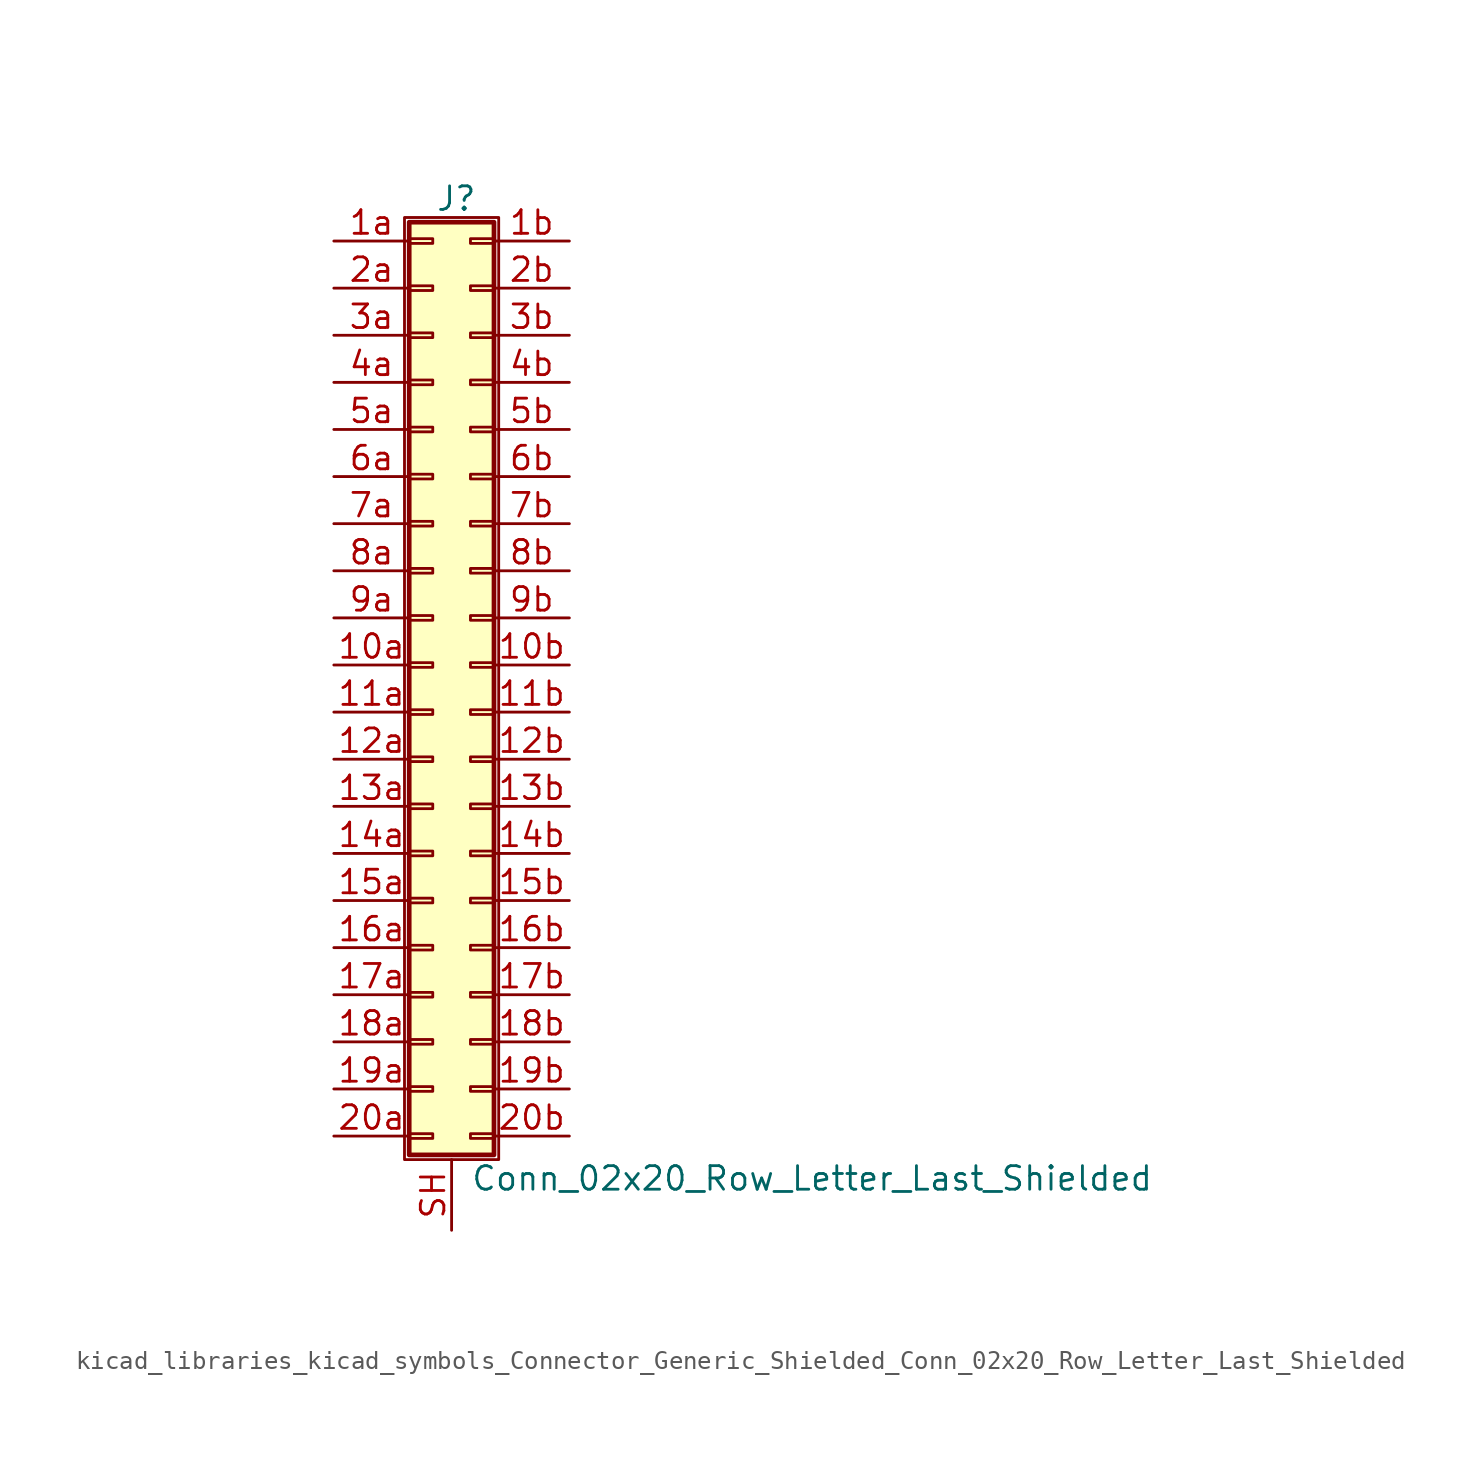
<source format=kicad_sym>
(kicad_symbol_lib
  (version 20220914)
  (generator kicad_symbol_editor)
  (symbol "kicad_libraries_kicad_symbols_Connector_Generic_Shielded_Conn_02x20_Row_Letter_Last_Shielded"
    (pin_names
      (offset 1.016) hide)
    (property "Reference" "J"
      (at 1.524 25.146 0)
      (effects (font (size 1.27 1.27))))
    (property "Value" "Conn_02x20_Row_Letter_Last_Shielded"
      (at 2.286 -27.686 0)
      (effects (font (size 1.27 1.27)) (justify left)))
    (symbol "kicad_libraries_kicad_symbols_Connector_Generic_Shielded_Conn_02x20_Row_Letter_Last_Shielded_1_1"
      (rectangle (start -1.27 24.13) (end 3.81 -26.67) (stroke (width 0.152) (type default)) (fill (type none)))
      (rectangle (start -1.016 -25.273) (end 0.254 -25.527) (stroke (width 0.152) (type default)) (fill (type none)))
      (rectangle (start -1.016 -22.733) (end 0.254 -22.987) (stroke (width 0.152) (type default)) (fill (type none)))
      (rectangle (start -1.016 -20.193) (end 0.254 -20.447) (stroke (width 0.152) (type default)) (fill (type none)))
      (rectangle (start -1.016 -17.653) (end 0.254 -17.907) (stroke (width 0.152) (type default)) (fill (type none)))
      (rectangle (start -1.016 -15.113) (end 0.254 -15.367) (stroke (width 0.152) (type default)) (fill (type none)))
      (rectangle (start -1.016 -12.573) (end 0.254 -12.827) (stroke (width 0.152) (type default)) (fill (type none)))
      (rectangle (start -1.016 -10.033) (end 0.254 -10.287) (stroke (width 0.152) (type default)) (fill (type none)))
      (rectangle (start -1.016 -7.493) (end 0.254 -7.747) (stroke (width 0.152) (type default)) (fill (type none)))
      (rectangle (start -1.016 -4.953) (end 0.254 -5.207) (stroke (width 0.152) (type default)) (fill (type none)))
      (rectangle (start -1.016 -2.413) (end 0.254 -2.667) (stroke (width 0.152) (type default)) (fill (type none)))
      (rectangle (start -1.016 0.127) (end 0.254 -0.127) (stroke (width 0.152) (type default)) (fill (type none)))
      (rectangle (start -1.016 2.667) (end 0.254 2.413) (stroke (width 0.152) (type default)) (fill (type none)))
      (rectangle (start -1.016 5.207) (end 0.254 4.953) (stroke (width 0.152) (type default)) (fill (type none)))
      (rectangle (start -1.016 7.747) (end 0.254 7.493) (stroke (width 0.152) (type default)) (fill (type none)))
      (rectangle (start -1.016 10.287) (end 0.254 10.033) (stroke (width 0.152) (type default)) (fill (type none)))
      (rectangle (start -1.016 12.827) (end 0.254 12.573) (stroke (width 0.152) (type default)) (fill (type none)))
      (rectangle (start -1.016 15.367) (end 0.254 15.113) (stroke (width 0.152) (type default)) (fill (type none)))
      (rectangle (start -1.016 17.907) (end 0.254 17.653) (stroke (width 0.152) (type default)) (fill (type none)))
      (rectangle (start -1.016 20.447) (end 0.254 20.193) (stroke (width 0.152) (type default)) (fill (type none)))
      (rectangle (start -1.016 22.987) (end 0.254 22.733) (stroke (width 0.152) (type default)) (fill (type none)))
      (rectangle (start -1.016 23.876) (end 3.556 -26.416) (stroke (width 0.254) (type default)) (fill (type background)))
      (rectangle (start 3.556 -25.273) (end 2.286 -25.527) (stroke (width 0.152) (type default)) (fill (type none)))
      (rectangle (start 3.556 -22.733) (end 2.286 -22.987) (stroke (width 0.152) (type default)) (fill (type none)))
      (rectangle (start 3.556 -20.193) (end 2.286 -20.447) (stroke (width 0.152) (type default)) (fill (type none)))
      (rectangle (start 3.556 -17.653) (end 2.286 -17.907) (stroke (width 0.152) (type default)) (fill (type none)))
      (rectangle (start 3.556 -15.113) (end 2.286 -15.367) (stroke (width 0.152) (type default)) (fill (type none)))
      (rectangle (start 3.556 -12.573) (end 2.286 -12.827) (stroke (width 0.152) (type default)) (fill (type none)))
      (rectangle (start 3.556 -10.033) (end 2.286 -10.287) (stroke (width 0.152) (type default)) (fill (type none)))
      (rectangle (start 3.556 -7.493) (end 2.286 -7.747) (stroke (width 0.152) (type default)) (fill (type none)))
      (rectangle (start 3.556 -4.953) (end 2.286 -5.207) (stroke (width 0.152) (type default)) (fill (type none)))
      (rectangle (start 3.556 -2.413) (end 2.286 -2.667) (stroke (width 0.152) (type default)) (fill (type none)))
      (rectangle (start 3.556 0.127) (end 2.286 -0.127) (stroke (width 0.152) (type default)) (fill (type none)))
      (rectangle (start 3.556 2.667) (end 2.286 2.413) (stroke (width 0.152) (type default)) (fill (type none)))
      (rectangle (start 3.556 5.207) (end 2.286 4.953) (stroke (width 0.152) (type default)) (fill (type none)))
      (rectangle (start 3.556 7.747) (end 2.286 7.493) (stroke (width 0.152) (type default)) (fill (type none)))
      (rectangle (start 3.556 10.287) (end 2.286 10.033) (stroke (width 0.152) (type default)) (fill (type none)))
      (rectangle (start 3.556 12.827) (end 2.286 12.573) (stroke (width 0.152) (type default)) (fill (type none)))
      (rectangle (start 3.556 15.367) (end 2.286 15.113) (stroke (width 0.152) (type default)) (fill (type none)))
      (rectangle (start 3.556 17.907) (end 2.286 17.653) (stroke (width 0.152) (type default)) (fill (type none)))
      (rectangle (start 3.556 20.447) (end 2.286 20.193) (stroke (width 0.152) (type default)) (fill (type none)))
      (rectangle (start 3.556 22.987) (end 2.286 22.733) (stroke (width 0.152) (type default)) (fill (type none)))
      (pin passive line (at -5.08 0 0) (length 4.064) (name "Pin_10a" (effects (font (size 1.27 1.27)))) (number "10a" (effects (font (size 1.27 1.27)))))
      (pin passive line (at 7.62 0 180) (length 4.064) (name "Pin_10b" (effects (font (size 1.27 1.27)))) (number "10b" (effects (font (size 1.27 1.27)))))
      (pin passive line (at -5.08 -2.54 0) (length 4.064) (name "Pin_11a" (effects (font (size 1.27 1.27)))) (number "11a" (effects (font (size 1.27 1.27)))))
      (pin passive line (at 7.62 -2.54 180) (length 4.064) (name "Pin_11b" (effects (font (size 1.27 1.27)))) (number "11b" (effects (font (size 1.27 1.27)))))
      (pin passive line (at -5.08 -5.08 0) (length 4.064) (name "Pin_12a" (effects (font (size 1.27 1.27)))) (number "12a" (effects (font (size 1.27 1.27)))))
      (pin passive line (at 7.62 -5.08 180) (length 4.064) (name "Pin_12b" (effects (font (size 1.27 1.27)))) (number "12b" (effects (font (size 1.27 1.27)))))
      (pin passive line (at -5.08 -7.62 0) (length 4.064) (name "Pin_13a" (effects (font (size 1.27 1.27)))) (number "13a" (effects (font (size 1.27 1.27)))))
      (pin passive line (at 7.62 -7.62 180) (length 4.064) (name "Pin_13b" (effects (font (size 1.27 1.27)))) (number "13b" (effects (font (size 1.27 1.27)))))
      (pin passive line (at -5.08 -10.16 0) (length 4.064) (name "Pin_14a" (effects (font (size 1.27 1.27)))) (number "14a" (effects (font (size 1.27 1.27)))))
      (pin passive line (at 7.62 -10.16 180) (length 4.064) (name "Pin_14b" (effects (font (size 1.27 1.27)))) (number "14b" (effects (font (size 1.27 1.27)))))
      (pin passive line (at -5.08 -12.7 0) (length 4.064) (name "Pin_15a" (effects (font (size 1.27 1.27)))) (number "15a" (effects (font (size 1.27 1.27)))))
      (pin passive line (at 7.62 -12.7 180) (length 4.064) (name "Pin_15b" (effects (font (size 1.27 1.27)))) (number "15b" (effects (font (size 1.27 1.27)))))
      (pin passive line (at -5.08 -15.24 0) (length 4.064) (name "Pin_16a" (effects (font (size 1.27 1.27)))) (number "16a" (effects (font (size 1.27 1.27)))))
      (pin passive line (at 7.62 -15.24 180) (length 4.064) (name "Pin_16b" (effects (font (size 1.27 1.27)))) (number "16b" (effects (font (size 1.27 1.27)))))
      (pin passive line (at -5.08 -17.78 0) (length 4.064) (name "Pin_17a" (effects (font (size 1.27 1.27)))) (number "17a" (effects (font (size 1.27 1.27)))))
      (pin passive line (at 7.62 -17.78 180) (length 4.064) (name "Pin_17b" (effects (font (size 1.27 1.27)))) (number "17b" (effects (font (size 1.27 1.27)))))
      (pin passive line (at -5.08 -20.32 0) (length 4.064) (name "Pin_18a" (effects (font (size 1.27 1.27)))) (number "18a" (effects (font (size 1.27 1.27)))))
      (pin passive line (at 7.62 -20.32 180) (length 4.064) (name "Pin_18b" (effects (font (size 1.27 1.27)))) (number "18b" (effects (font (size 1.27 1.27)))))
      (pin passive line (at -5.08 -22.86 0) (length 4.064) (name "Pin_19a" (effects (font (size 1.27 1.27)))) (number "19a" (effects (font (size 1.27 1.27)))))
      (pin passive line (at 7.62 -22.86 180) (length 4.064) (name "Pin_19b" (effects (font (size 1.27 1.27)))) (number "19b" (effects (font (size 1.27 1.27)))))
      (pin passive line (at -5.08 22.86 0) (length 4.064) (name "Pin_1a" (effects (font (size 1.27 1.27)))) (number "1a" (effects (font (size 1.27 1.27)))))
      (pin passive line (at 7.62 22.86 180) (length 4.064) (name "Pin_1b" (effects (font (size 1.27 1.27)))) (number "1b" (effects (font (size 1.27 1.27)))))
      (pin passive line (at -5.08 -25.4 0) (length 4.064) (name "Pin_20a" (effects (font (size 1.27 1.27)))) (number "20a" (effects (font (size 1.27 1.27)))))
      (pin passive line (at 7.62 -25.4 180) (length 4.064) (name "Pin_20b" (effects (font (size 1.27 1.27)))) (number "20b" (effects (font (size 1.27 1.27)))))
      (pin passive line (at -5.08 20.32 0) (length 4.064) (name "Pin_2a" (effects (font (size 1.27 1.27)))) (number "2a" (effects (font (size 1.27 1.27)))))
      (pin passive line (at 7.62 20.32 180) (length 4.064) (name "Pin_2b" (effects (font (size 1.27 1.27)))) (number "2b" (effects (font (size 1.27 1.27)))))
      (pin passive line (at -5.08 17.78 0) (length 4.064) (name "Pin_3a" (effects (font (size 1.27 1.27)))) (number "3a" (effects (font (size 1.27 1.27)))))
      (pin passive line (at 7.62 17.78 180) (length 4.064) (name "Pin_3b" (effects (font (size 1.27 1.27)))) (number "3b" (effects (font (size 1.27 1.27)))))
      (pin passive line (at -5.08 15.24 0) (length 4.064) (name "Pin_4a" (effects (font (size 1.27 1.27)))) (number "4a" (effects (font (size 1.27 1.27)))))
      (pin passive line (at 7.62 15.24 180) (length 4.064) (name "Pin_4b" (effects (font (size 1.27 1.27)))) (number "4b" (effects (font (size 1.27 1.27)))))
      (pin passive line (at -5.08 12.7 0) (length 4.064) (name "Pin_5a" (effects (font (size 1.27 1.27)))) (number "5a" (effects (font (size 1.27 1.27)))))
      (pin passive line (at 7.62 12.7 180) (length 4.064) (name "Pin_5b" (effects (font (size 1.27 1.27)))) (number "5b" (effects (font (size 1.27 1.27)))))
      (pin passive line (at -5.08 10.16 0) (length 4.064) (name "Pin_6a" (effects (font (size 1.27 1.27)))) (number "6a" (effects (font (size 1.27 1.27)))))
      (pin passive line (at 7.62 10.16 180) (length 4.064) (name "Pin_6b" (effects (font (size 1.27 1.27)))) (number "6b" (effects (font (size 1.27 1.27)))))
      (pin passive line (at -5.08 7.62 0) (length 4.064) (name "Pin_7a" (effects (font (size 1.27 1.27)))) (number "7a" (effects (font (size 1.27 1.27)))))
      (pin passive line (at 7.62 7.62 180) (length 4.064) (name "Pin_7b" (effects (font (size 1.27 1.27)))) (number "7b" (effects (font (size 1.27 1.27)))))
      (pin passive line (at -5.08 5.08 0) (length 4.064) (name "Pin_8a" (effects (font (size 1.27 1.27)))) (number "8a" (effects (font (size 1.27 1.27)))))
      (pin passive line (at 7.62 5.08 180) (length 4.064) (name "Pin_8b" (effects (font (size 1.27 1.27)))) (number "8b" (effects (font (size 1.27 1.27)))))
      (pin passive line (at -5.08 2.54 0) (length 4.064) (name "Pin_9a" (effects (font (size 1.27 1.27)))) (number "9a" (effects (font (size 1.27 1.27)))))
      (pin passive line (at 7.62 2.54 180) (length 4.064) (name "Pin_9b" (effects (font (size 1.27 1.27)))) (number "9b" (effects (font (size 1.27 1.27)))))
      (pin passive line (at 1.27 -30.48 90) (length 3.81) (name "Shield" (effects (font (size 1.27 1.27)))) (number "SH" (effects (font (size 1.27 1.27))))))))
</source>
